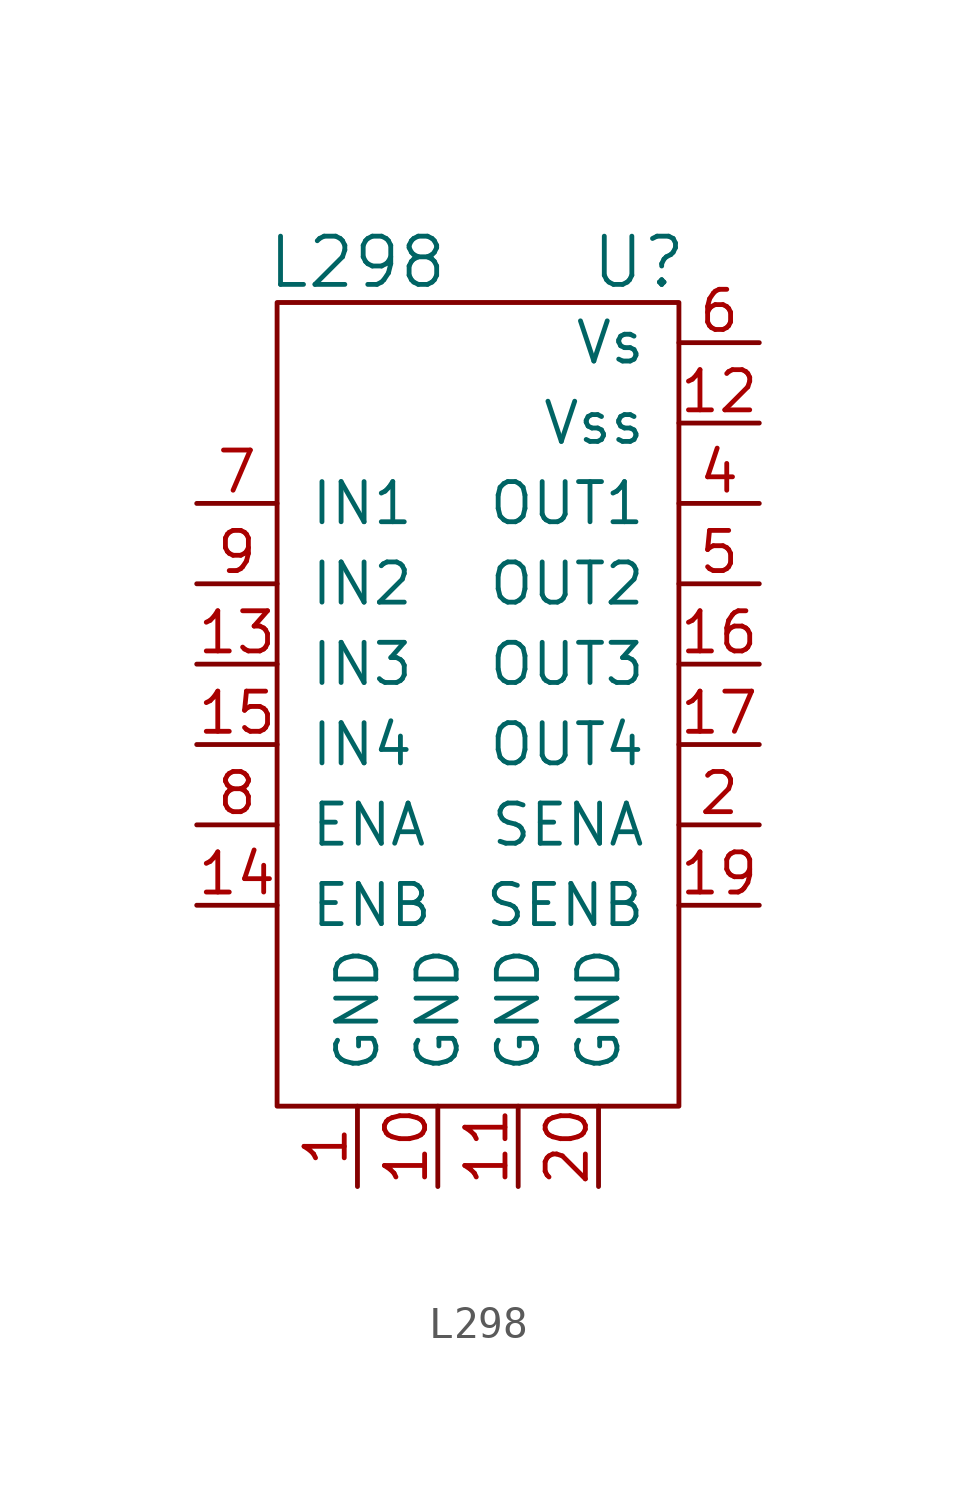
<source format=kicad_sym>
(kicad_symbol_lib
  (version 20211014)
  (generator kicad_symbol_editor)
  (symbol "L298"
    (pin_names
      (offset 1.016))
    (property "Reference" "U"
      (at 5.08 21.59 0)
      (effects (font (size 1.524 1.524))))
    (property "Value" "L298"
      (at -3.81 21.59 0)
      (effects (font (size 1.524 1.524))))
    (property "Datasheet" ""
      (at 5.08 21.59 0)
      (effects (font (size 1.524 1.524))))
    (symbol "L298_0_1"
      (rectangle (start 6.35 20.32) (end -6.35 -5.08) (stroke (width 0) (type default) (color 0 0 0 0)) (fill (type none))))
    (symbol "L298_1_1"
      (pin power_in line (at -3.81 -7.62 90) (length 2.54) (name "GND" (effects (font (size 1.27 1.27)))) (number "1" (effects (font (size 1.27 1.27)))))
      (pin power_in line (at -1.27 -7.62 90) (length 2.54) (name "GND" (effects (font (size 1.27 1.27)))) (number "10" (effects (font (size 1.27 1.27)))))
      (pin power_in line (at 1.27 -7.62 90) (length 2.54) (name "GND" (effects (font (size 1.27 1.27)))) (number "11" (effects (font (size 1.27 1.27)))))
      (pin power_in line (at 8.89 16.51 180) (length 2.54) (name "Vss" (effects (font (size 1.27 1.27)))) (number "12" (effects (font (size 1.27 1.27)))))
      (pin input line (at -8.89 8.89 0) (length 2.54) (name "IN3" (effects (font (size 1.27 1.27)))) (number "13" (effects (font (size 1.27 1.27)))))
      (pin input line (at -8.89 1.27 0) (length 2.54) (name "ENB" (effects (font (size 1.27 1.27)))) (number "14" (effects (font (size 1.27 1.27)))))
      (pin input line (at -8.89 6.35 0) (length 2.54) (name "IN4" (effects (font (size 1.27 1.27)))) (number "15" (effects (font (size 1.27 1.27)))))
      (pin output line (at 8.89 8.89 180) (length 2.54) (name "OUT3" (effects (font (size 1.27 1.27)))) (number "16" (effects (font (size 1.27 1.27)))))
      (pin output line (at 8.89 6.35 180) (length 2.54) (name "OUT4" (effects (font (size 1.27 1.27)))) (number "17" (effects (font (size 1.27 1.27)))))
      (pin output line (at 8.89 1.27 180) (length 2.54) (name "SENB" (effects (font (size 1.27 1.27)))) (number "19" (effects (font (size 1.27 1.27)))))
      (pin output line (at 8.89 3.81 180) (length 2.54) (name "SENA" (effects (font (size 1.27 1.27)))) (number "2" (effects (font (size 1.27 1.27)))))
      (pin power_in line (at 3.81 -7.62 90) (length 2.54) (name "GND" (effects (font (size 1.27 1.27)))) (number "20" (effects (font (size 1.27 1.27)))))
      (pin output line (at 8.89 13.97 180) (length 2.54) (name "OUT1" (effects (font (size 1.27 1.27)))) (number "4" (effects (font (size 1.27 1.27)))))
      (pin output line (at 8.89 11.43 180) (length 2.54) (name "OUT2" (effects (font (size 1.27 1.27)))) (number "5" (effects (font (size 1.27 1.27)))))
      (pin power_in line (at 8.89 19.05 180) (length 2.54) (name "Vs" (effects (font (size 1.27 1.27)))) (number "6" (effects (font (size 1.27 1.27)))))
      (pin input line (at -8.89 13.97 0) (length 2.54) (name "IN1" (effects (font (size 1.27 1.27)))) (number "7" (effects (font (size 1.27 1.27)))))
      (pin input line (at -8.89 3.81 0) (length 2.54) (name "ENA" (effects (font (size 1.27 1.27)))) (number "8" (effects (font (size 1.27 1.27)))))
      (pin input line (at -8.89 11.43 0) (length 2.54) (name "IN2" (effects (font (size 1.27 1.27)))) (number "9" (effects (font (size 1.27 1.27))))))))
</source>
